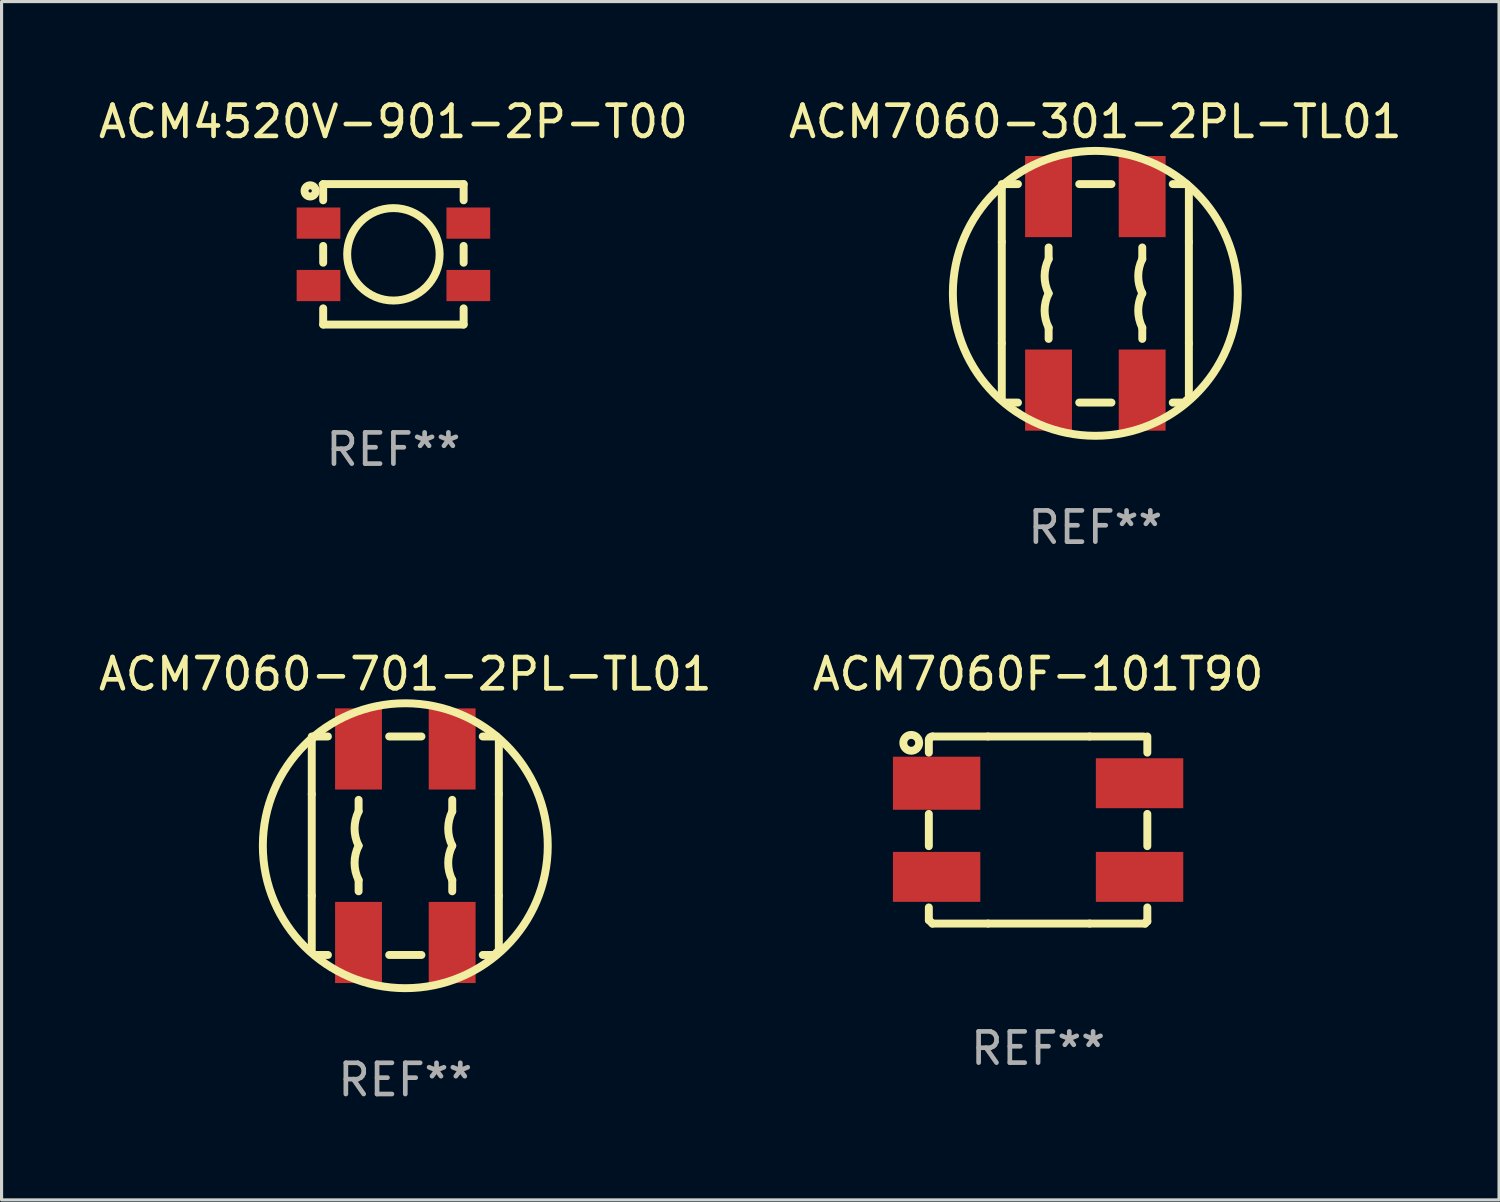
<source format=kicad_pcb>
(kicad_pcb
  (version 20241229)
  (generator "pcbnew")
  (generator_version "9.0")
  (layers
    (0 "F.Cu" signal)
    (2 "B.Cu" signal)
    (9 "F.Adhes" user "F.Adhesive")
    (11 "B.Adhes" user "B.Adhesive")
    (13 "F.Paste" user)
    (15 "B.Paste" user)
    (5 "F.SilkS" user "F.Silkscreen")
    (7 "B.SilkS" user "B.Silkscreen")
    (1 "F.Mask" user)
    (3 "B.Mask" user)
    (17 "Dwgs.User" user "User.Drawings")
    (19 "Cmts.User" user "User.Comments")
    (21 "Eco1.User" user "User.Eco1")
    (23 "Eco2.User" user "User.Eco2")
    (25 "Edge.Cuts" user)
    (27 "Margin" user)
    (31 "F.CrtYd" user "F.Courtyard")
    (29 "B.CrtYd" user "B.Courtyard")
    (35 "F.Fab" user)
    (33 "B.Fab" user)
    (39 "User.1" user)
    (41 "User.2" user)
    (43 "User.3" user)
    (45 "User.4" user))
  (footprint "ACM7060F-101T90"
    (layer "F.Cu")
    (at 30.208 23.542)
    (property "Reference" "ACM7060F-101T90" (at 0 -4.997 0) (layer "F.SilkS") (effects (font (size 1 1) (thickness 0.15))))
    (attr through_hole)
    (fp_line (start -3.5 -2.888) (end -3.5 -2.479) (stroke (width 0.254) (type solid)) (layer "F.SilkS"))
    (fp_line (start -3.5 -0.516) (end -3.5 0.517) (stroke (width 0.254) (type solid)) (layer "F.SilkS"))
    (fp_line (start -3.5 2.48) (end -3.5 2.888) (stroke (width 0.254) (type solid)) (layer "F.SilkS"))
    (fp_line (start -3.378 -2.997) (end -1.6 -2.997) (stroke (width 0.254) (type solid)) (layer "F.SilkS"))
    (fp_line (start -1.6 -2.997) (end 1.651 -2.997) (stroke (width 0.254) (type solid)) (layer "F.SilkS"))
    (fp_line (start -1.6 2.997) (end -3.378 2.997) (stroke (width 0.254) (type solid)) (layer "F.SilkS"))
    (fp_line (start 1.651 -2.997) (end 3.378 -2.997) (stroke (width 0.254) (type solid)) (layer "F.SilkS"))
    (fp_line (start 1.651 2.997) (end -1.6 2.997) (stroke (width 0.254) (type solid)) (layer "F.SilkS"))
    (fp_line (start 3.429 2.997) (end 1.651 2.997) (stroke (width 0.254) (type solid)) (layer "F.SilkS"))
    (fp_line (start 3.5 -2.479) (end 3.5 -2.997) (stroke (width 0.254) (type solid)) (layer "F.SilkS"))
    (fp_line (start 3.5 0.517) (end 3.5 -0.516) (stroke (width 0.254) (type solid)) (layer "F.SilkS"))
    (fp_line (start 3.5 2.929) (end 3.5 2.48) (stroke (width 0.254) (type solid)) (layer "F.SilkS"))
    (fp_arc (start -3.5 -2.888189) (mid -3.467264 -2.967257) (end -3.3882 -3) (stroke (width 0.254001) (type solid)) (layer "F.SilkS"))
    (fp_arc (start -3.5 2.888189) (mid -3.440711 2.940705) (end -3.3882 3) (stroke (width 0.254001) (type solid)) (layer "F.SilkS"))
    (fp_arc (start 3.4293 3) (mid 3.450071 2.950075) (end 3.5 2.929312) (stroke (width 0.254001) (type solid)) (layer "F.SilkS"))
    (fp_circle (center -4.064 -2.793) (end -3.81 -2.793) (stroke (width 0.254) (type solid)) (fill no) (layer "F.SilkS"))
    (fp_circle (center -3.5 -2.999) (end -3.47 -2.999) (stroke (width 0.06) (type solid)) (fill no) (layer "F.SilkS"))
    (fp_text user "REF**" (at 0 6.997 0) (layer "F.Fab") (effects (font (size 1 1) (thickness 0.15))))
    (pad "1" smd rect (at -3.251 -1.499) (size 2.8 1.7) (layers "F.Cu" "F.Mask" "F.Paste"))
    (pad "2" smd rect (at -3.251 1.501) (size 2.8 1.6) (layers "F.Cu" "F.Mask" "F.Paste"))
    (pad "3" smd rect (at 3.251 1.501) (size 2.8 1.6) (layers "F.Cu" "F.Mask" "F.Paste"))
    (pad "4" smd rect (at 3.251 -1.499) (size 2.8 1.6) (layers "F.Cu" "F.Mask" "F.Paste")))
  (footprint "ACM7060-301-2PL-TL01"
    (layer "F.Cu")
    (at 32.042 6.348)
    (property "Reference" "ACM7060-301-2PL-TL01" (at 0 -5.5 0) (layer "F.SilkS") (effects (font (size 1 1) (thickness 0.15))))
    (attr through_hole)
    (fp_line (start -2.997 -1.651) (end -2.997 -3.378) (stroke (width 0.254) (type solid)) (layer "F.SilkS"))
    (fp_line (start -2.997 1.6) (end -2.997 -1.651) (stroke (width 0.254) (type solid)) (layer "F.SilkS"))
    (fp_line (start -2.997 3.378) (end -2.997 1.6) (stroke (width 0.254) (type solid)) (layer "F.SilkS"))
    (fp_line (start -2.888 3.5) (end -2.479 3.5) (stroke (width 0.254) (type solid)) (layer "F.SilkS"))
    (fp_line (start -2.479 -3.5) (end -2.997 -3.5) (stroke (width 0.254) (type solid)) (layer "F.SilkS"))
    (fp_line (start -1.496 1.1) (end -1.496 1.46) (stroke (width 0.254) (type solid)) (layer "F.SilkS"))
    (fp_line (start -1.496 -1.1) (end -1.496 -1.47) (stroke (width 0.254) (type solid)) (layer "F.SilkS"))
    (fp_line (start -0.516 3.5) (end 0.517 3.5) (stroke (width 0.254) (type solid)) (layer "F.SilkS"))
    (fp_line (start 0.517 -3.5) (end -0.516 -3.5) (stroke (width 0.254) (type solid)) (layer "F.SilkS"))
    (fp_line (start 1.504 -1.1) (end 1.504 -1.47) (stroke (width 0.254) (type solid)) (layer "F.SilkS"))
    (fp_line (start 1.504 1.1) (end 1.504 1.46) (stroke (width 0.254) (type solid)) (layer "F.SilkS"))
    (fp_line (start 2.48 3.5) (end 2.888 3.5) (stroke (width 0.254) (type solid)) (layer "F.SilkS"))
    (fp_line (start 2.929 -3.5) (end 2.48 -3.5) (stroke (width 0.254) (type solid)) (layer "F.SilkS"))
    (fp_line (start 2.997 -3.429) (end 2.997 -1.651) (stroke (width 0.254) (type solid)) (layer "F.SilkS"))
    (fp_line (start 2.997 -1.651) (end 2.997 1.6) (stroke (width 0.254) (type solid)) (layer "F.SilkS"))
    (fp_line (start 2.997 1.6) (end 2.997 3.378) (stroke (width 0.254) (type solid)) (layer "F.SilkS"))
    (fp_arc (start -3 -3.3882) (mid -2.96726 -3.46726) (end -2.8882 -3.5) (stroke (width 0.254001) (type solid)) (layer "F.SilkS"))
    (fp_arc (start -1.495632 1.100051) (mid -1.625463 0.550063) (end -1.495631 0.000076) (stroke (width 0.254001) (type solid)) (layer "F.SilkS"))
    (fp_arc (start -1.495631 0) (mid -1.625459 -0.550003) (end -1.495606 -1.1) (stroke (width 0.254001) (type solid)) (layer "F.SilkS"))
    (fp_arc (start 1.504393 1.100051) (mid 1.374562 0.550063) (end 1.504394 0.000076) (stroke (width 0.254001) (type solid)) (layer "F.SilkS"))
    (fp_arc (start 1.504394 0.000025) (mid 1.374562 -0.549962) (end 1.504394 -1.099949) (stroke (width 0.254001) (type solid)) (layer "F.SilkS"))
    (fp_arc (start 2.8882 3.5) (mid 2.92094 3.42094) (end 3 3.3882) (stroke (width 0.254001) (type solid)) (layer "F.SilkS"))
    (fp_arc (start 2.9293 -3.5) (mid -2.929322 3.500022) (end 2.9293 -3.5) (stroke (width 0.254001) (type solid)) (layer "F.SilkS"))
    (fp_circle (center -2.999 3.5) (end -2.969 3.5) (stroke (width 0.06) (type solid)) (fill no) (layer "F.SilkS"))
    (fp_text user "REF**" (at 0 7.5 0) (layer "F.Fab") (effects (font (size 1 1) (thickness 0.15))))
    (pad "1" smd rect (at -1.499 3.1 90) (size 2.6 1.501) (layers "F.Cu" "F.Mask" "F.Paste"))
    (pad "2" smd rect (at 1.501 3.1 90) (size 2.6 1.501) (layers "F.Cu" "F.Mask" "F.Paste"))
    (pad "3" smd rect (at 1.501 -3.1 90) (size 2.6 1.501) (layers "F.Cu" "F.Mask" "F.Paste"))
    (pad "4" smd rect (at -1.499 -3.1 90) (size 2.6 1.501) (layers "F.Cu" "F.Mask" "F.Paste")))
  (footprint "ACM4520V-901-2P-T00"
    (layer "F.Cu")
    (at 9.554 5.098)
    (property "Reference" "ACM4520V-901-2P-T00" (at 0 -4.25 0) (layer "F.SilkS") (effects (font (size 1 1) (thickness 0.15))))
    (attr through_hole)
    (fp_line (start -2.25 -2.25) (end 2.25 -2.25) (stroke (width 0.254) (type solid)) (layer "F.SilkS"))
    (fp_line (start -2.25 -1.731) (end -2.25 -2.25) (stroke (width 0.254) (type solid)) (layer "F.SilkS"))
    (fp_line (start -2.25 0.269) (end -2.25 -0.269) (stroke (width 0.254) (type solid)) (layer "F.SilkS"))
    (fp_line (start -2.25 2.25) (end -2.25 1.731) (stroke (width 0.254) (type solid)) (layer "F.SilkS"))
    (fp_line (start 2.25 -2.25) (end 2.25 -1.731) (stroke (width 0.254) (type solid)) (layer "F.SilkS"))
    (fp_line (start 2.25 -0.269) (end 2.25 0.269) (stroke (width 0.254) (type solid)) (layer "F.SilkS"))
    (fp_line (start 2.25 1.731) (end 2.25 2.25) (stroke (width 0.254) (type solid)) (layer "F.SilkS"))
    (fp_line (start 2.25 2.25) (end -2.25 2.25) (stroke (width 0.254) (type solid)) (layer "F.SilkS"))
    (fp_circle (center -2.667 -2.032) (end -2.487 -2.032) (stroke (width 0.254) (type solid)) (fill no) (layer "F.SilkS"))
    (fp_circle (center -2.34 -2.25) (end -2.31 -2.25) (stroke (width 0.06) (type solid)) (fill no) (layer "F.SilkS"))
    (fp_circle (center 0 0) (end 1.481 0) (stroke (width 0.254) (type solid)) (fill no) (layer "F.SilkS"))
    (fp_text user "REF**" (at 0 6.25 0) (layer "F.Fab") (effects (font (size 1 1) (thickness 0.15))))
    (pad "1" smd rect (at -2.4 -1) (size 1.4 1) (layers "F.Cu" "F.Mask" "F.Paste"))
    (pad "2" smd rect (at -2.4 1) (size 1.4 1) (layers "F.Cu" "F.Mask" "F.Paste"))
    (pad "3" smd rect (at 2.4 1) (size 1.4 1) (layers "F.Cu" "F.Mask" "F.Paste"))
    (pad "4" smd rect (at 2.4 -1) (size 1.4 1) (layers "F.Cu" "F.Mask" "F.Paste")))
  (footprint "ACM7060-701-2PL-TL01"
    (layer "F.Cu")
    (at 9.935 24.045)
    (property "Reference" "ACM7060-701-2PL-TL01" (at 0 -5.5 0) (layer "F.SilkS") (effects (font (size 1 1) (thickness 0.15))))
    (attr through_hole)
    (fp_line (start -2.997 -1.651) (end -2.997 -3.378) (stroke (width 0.254) (type solid)) (layer "F.SilkS"))
    (fp_line (start -2.997 1.6) (end -2.997 -1.651) (stroke (width 0.254) (type solid)) (layer "F.SilkS"))
    (fp_line (start -2.997 3.378) (end -2.997 1.6) (stroke (width 0.254) (type solid)) (layer "F.SilkS"))
    (fp_line (start -2.888 3.5) (end -2.479 3.5) (stroke (width 0.254) (type solid)) (layer "F.SilkS"))
    (fp_line (start -2.479 -3.5) (end -2.997 -3.5) (stroke (width 0.254) (type solid)) (layer "F.SilkS"))
    (fp_line (start -1.496 1.1) (end -1.496 1.46) (stroke (width 0.254) (type solid)) (layer "F.SilkS"))
    (fp_line (start -1.496 -1.1) (end -1.496 -1.47) (stroke (width 0.254) (type solid)) (layer "F.SilkS"))
    (fp_line (start -0.516 3.5) (end 0.517 3.5) (stroke (width 0.254) (type solid)) (layer "F.SilkS"))
    (fp_line (start 0.517 -3.5) (end -0.516 -3.5) (stroke (width 0.254) (type solid)) (layer "F.SilkS"))
    (fp_line (start 1.504 -1.1) (end 1.504 -1.47) (stroke (width 0.254) (type solid)) (layer "F.SilkS"))
    (fp_line (start 1.504 1.1) (end 1.504 1.46) (stroke (width 0.254) (type solid)) (layer "F.SilkS"))
    (fp_line (start 2.48 3.5) (end 2.888 3.5) (stroke (width 0.254) (type solid)) (layer "F.SilkS"))
    (fp_line (start 2.929 -3.5) (end 2.48 -3.5) (stroke (width 0.254) (type solid)) (layer "F.SilkS"))
    (fp_line (start 2.997 -3.429) (end 2.997 -1.651) (stroke (width 0.254) (type solid)) (layer "F.SilkS"))
    (fp_line (start 2.997 -1.651) (end 2.997 1.6) (stroke (width 0.254) (type solid)) (layer "F.SilkS"))
    (fp_line (start 2.997 1.6) (end 2.997 3.378) (stroke (width 0.254) (type solid)) (layer "F.SilkS"))
    (fp_arc (start -3 -3.3882) (mid -2.96726 -3.46726) (end -2.8882 -3.5) (stroke (width 0.254001) (type solid)) (layer "F.SilkS"))
    (fp_arc (start -1.495632 1.100051) (mid -1.625463 0.550063) (end -1.495631 0.000076) (stroke (width 0.254001) (type solid)) (layer "F.SilkS"))
    (fp_arc (start -1.495631 0) (mid -1.625459 -0.550003) (end -1.495606 -1.1) (stroke (width 0.254001) (type solid)) (layer "F.SilkS"))
    (fp_arc (start 1.504393 1.100051) (mid 1.374562 0.550063) (end 1.504394 0.000076) (stroke (width 0.254001) (type solid)) (layer "F.SilkS"))
    (fp_arc (start 1.504394 0.000025) (mid 1.374562 -0.549962) (end 1.504394 -1.099949) (stroke (width 0.254001) (type solid)) (layer "F.SilkS"))
    (fp_arc (start 2.8882 3.5) (mid 2.92094 3.42094) (end 3 3.3882) (stroke (width 0.254001) (type solid)) (layer "F.SilkS"))
    (fp_arc (start 2.9293 -3.5) (mid -2.929322 3.500022) (end 2.9293 -3.5) (stroke (width 0.254001) (type solid)) (layer "F.SilkS"))
    (fp_circle (center -2.999 3.5) (end -2.969 3.5) (stroke (width 0.06) (type solid)) (fill no) (layer "F.SilkS"))
    (fp_text user "REF**" (at 0 7.5 0) (layer "F.Fab") (effects (font (size 1 1) (thickness 0.15))))
    (pad "1" smd rect (at -1.499 3.1 90) (size 2.6 1.501) (layers "F.Cu" "F.Mask" "F.Paste"))
    (pad "2" smd rect (at 1.501 3.1 90) (size 2.6 1.501) (layers "F.Cu" "F.Mask" "F.Paste"))
    (pad "3" smd rect (at 1.501 -3.1 90) (size 2.6 1.501) (layers "F.Cu" "F.Mask" "F.Paste"))
    (pad "4" smd rect (at -1.499 -3.1 90) (size 2.6 1.501) (layers "F.Cu" "F.Mask" "F.Paste")))
  (gr_rect
    (start -3 -3)
    (end 44.976 35.393)
    (stroke (width 0.1) (type default))
    (fill no)
    (layer "Edge.Cuts")))
</source>
